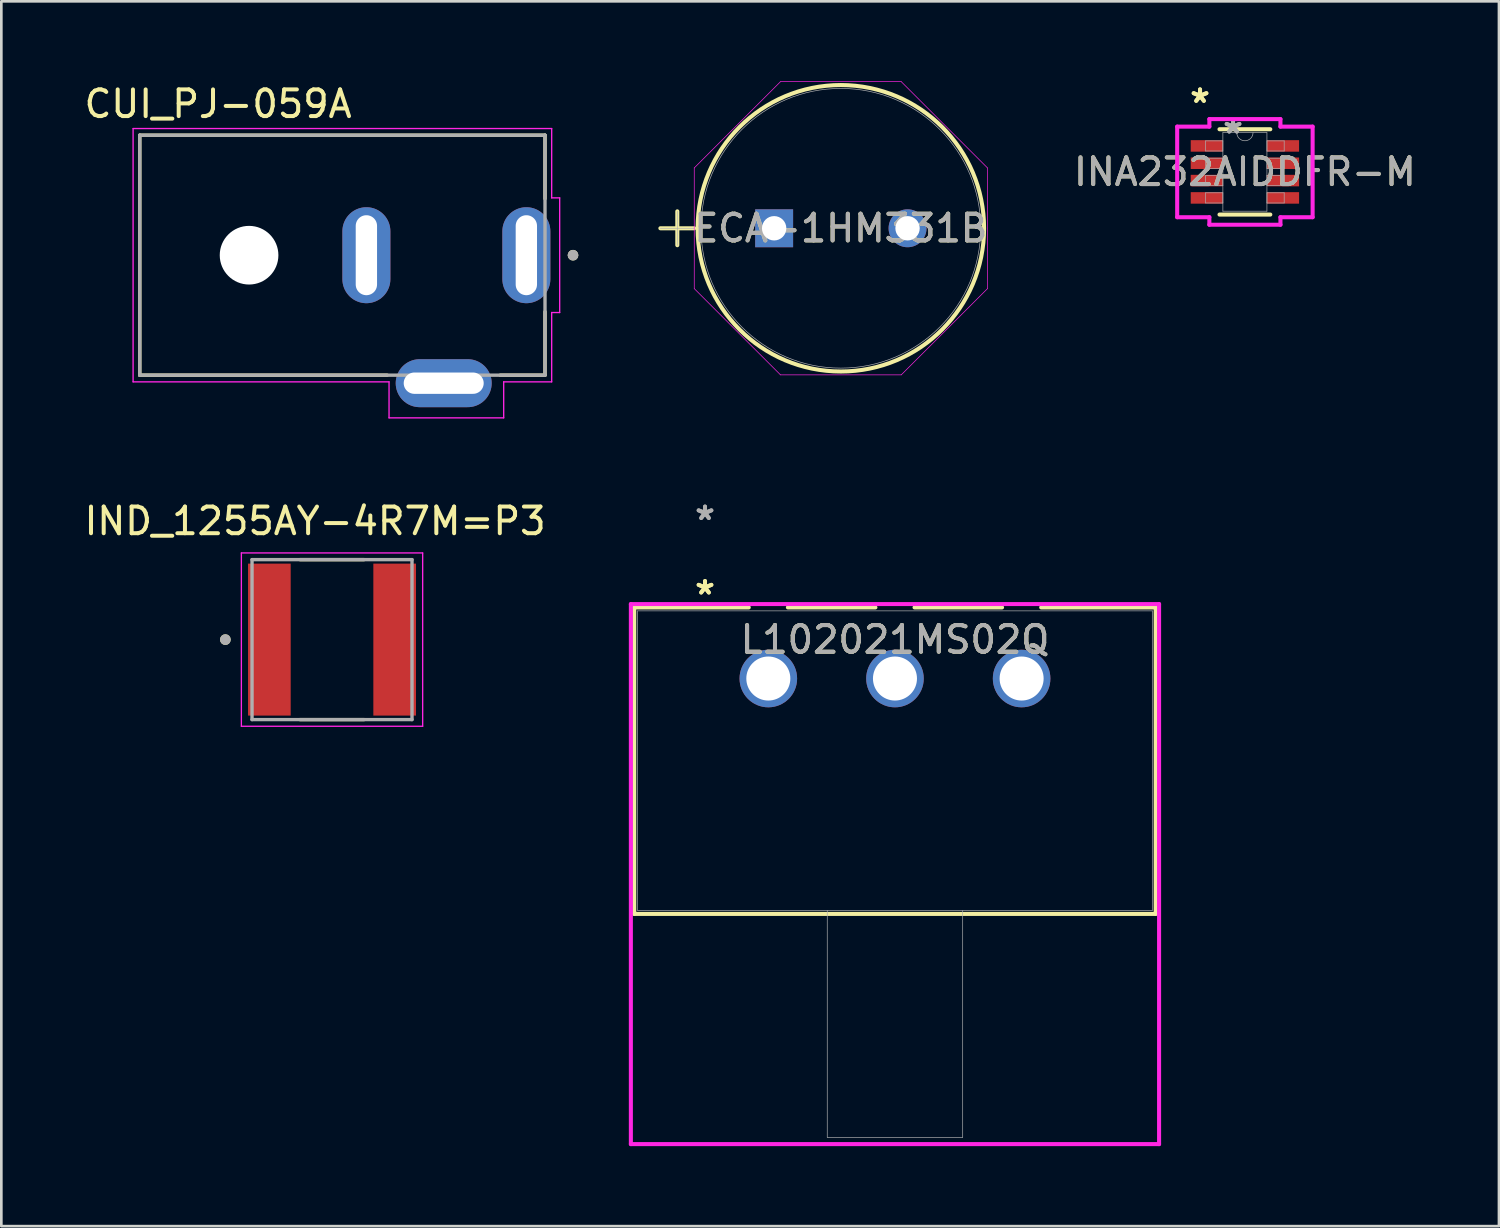
<source format=kicad_pcb>
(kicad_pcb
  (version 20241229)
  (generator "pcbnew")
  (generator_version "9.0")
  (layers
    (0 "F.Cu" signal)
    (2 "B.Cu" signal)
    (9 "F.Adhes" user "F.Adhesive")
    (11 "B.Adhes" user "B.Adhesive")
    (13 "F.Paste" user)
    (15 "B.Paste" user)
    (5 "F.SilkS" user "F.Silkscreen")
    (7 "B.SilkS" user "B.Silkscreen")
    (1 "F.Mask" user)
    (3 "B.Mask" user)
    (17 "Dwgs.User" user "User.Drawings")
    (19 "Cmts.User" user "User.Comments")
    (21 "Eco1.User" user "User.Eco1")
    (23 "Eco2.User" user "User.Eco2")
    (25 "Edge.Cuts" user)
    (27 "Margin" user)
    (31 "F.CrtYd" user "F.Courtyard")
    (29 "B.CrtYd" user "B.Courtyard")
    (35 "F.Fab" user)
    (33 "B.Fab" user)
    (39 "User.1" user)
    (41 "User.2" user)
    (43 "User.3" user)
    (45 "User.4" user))
  (footprint "L102021MS02Q"
    (layer "F.Cu")
    (at 25.768 22.4)
    (property "Reference" "L102021MS02Q" (at 4.75 -1.46 0) (unlocked yes) (layer "F.SilkS") (effects (font (size 1 1) (thickness 0.15))))
    (attr through_hole)
    (fp_line (start -5.029 -2.667) (end -5.029 8.827) (stroke (width 0.152) (type solid)) (layer "F.SilkS"))
    (fp_line (start -5.029 8.827) (end 14.529 8.827) (stroke (width 0.152) (type solid)) (layer "F.SilkS"))
    (fp_line (start -0.734 -2.667) (end -5.029 -2.667) (stroke (width 0.152) (type solid)) (layer "F.SilkS"))
    (fp_line (start 4.016 -2.667) (end 0.734 -2.667) (stroke (width 0.152) (type solid)) (layer "F.SilkS"))
    (fp_line (start 8.766 -2.667) (end 5.484 -2.667) (stroke (width 0.152) (type solid)) (layer "F.SilkS"))
    (fp_line (start 14.529 -2.667) (end 10.234 -2.667) (stroke (width 0.152) (type solid)) (layer "F.SilkS"))
    (fp_line (start 14.529 8.827) (end 14.529 -2.667) (stroke (width 0.152) (type solid)) (layer "F.SilkS"))
    (fp_line (start -5.156 -2.793) (end -5.156 17.463) (stroke (width 0.152) (type solid)) (layer "F.CrtYd"))
    (fp_line (start -5.156 17.463) (end 14.656 17.463) (stroke (width 0.152) (type solid)) (layer "F.CrtYd"))
    (fp_line (start 14.656 -2.793) (end -5.156 -2.793) (stroke (width 0.152) (type solid)) (layer "F.CrtYd"))
    (fp_line (start 14.656 17.463) (end 14.656 -2.793) (stroke (width 0.152) (type solid)) (layer "F.CrtYd"))
    (fp_line (start -4.902 -2.539) (end -4.902 8.7) (stroke (width 0.025) (type solid)) (layer "F.Fab"))
    (fp_line (start -4.902 8.7) (end 14.402 8.7) (stroke (width 0.025) (type solid)) (layer "F.Fab"))
    (fp_line (start 2.21 8.7) (end 2.21 17.209) (stroke (width 0.025) (type solid)) (layer "F.Fab"))
    (fp_line (start 2.21 17.209) (end 7.29 17.209) (stroke (width 0.025) (type solid)) (layer "F.Fab"))
    (fp_line (start 7.29 8.7) (end 7.29 17.209) (stroke (width 0.025) (type solid)) (layer "F.Fab"))
    (fp_line (start 14.402 -2.539) (end -4.902 -2.539) (stroke (width 0.025) (type solid)) (layer "F.Fab"))
    (fp_line (start 14.402 8.7) (end 14.402 -2.539) (stroke (width 0.025) (type solid)) (layer "F.Fab"))
    (fp_text user "*" (at -2.375 -3.111 0) (layer "F.SilkS") (effects (font (size 1 1) (thickness 0.15))))
    (fp_text user "*" (at -2.375 -3.111 0) (unlocked yes) (layer "F.SilkS") (effects (font (size 1 1) (thickness 0.15))))
    (fp_text user "${REFERENCE}" (at 4.75 -1.46 0) (unlocked yes) (layer "F.Fab") (effects (font (size 1 1) (thickness 0.15))))
    (fp_text user "*" (at -2.375 -5.905 0) (layer "F.Fab") (effects (font (size 1 1) (thickness 0.15))))
    (fp_text user "*" (at -2.375 -5.905 0) (unlocked yes) (layer "F.Fab") (effects (font (size 1 1) (thickness 0.15))))
    (pad "1" thru_hole circle (at 0 0) (size 2.159 2.159) (drill 1.651) (layers "*.Cu" "*.Mask"))
    (pad "2" thru_hole circle (at 4.75 0) (size 2.159 2.159) (drill 1.651) (layers "*.Cu" "*.Mask"))
    (pad "3" thru_hole circle (at 9.5 0) (size 2.159 2.159) (drill 1.651) (layers "*.Cu" "*.Mask")))
  (footprint "IND_1255AY-4R7M=P3"
    (layer "F.Cu")
    (at 9.403 20.94)
    (property "Reference" "IND_1255AY-4R7M=P3" (at -0.635 -4.445 0) (layer "F.SilkS") (effects (font (size 1 1) (thickness 0.15))))
    (attr smd)
    (fp_line (start -1.2 -3) (end 1.2 -3) (stroke (width 0.127) (type solid)) (layer "F.SilkS"))
    (fp_line (start -1.2 3) (end 1.2 3) (stroke (width 0.127) (type solid)) (layer "F.SilkS"))
    (fp_circle (center -4 0) (end -3.9 0) (stroke (width 0.2) (type solid)) (fill no) (layer "F.SilkS"))
    (fp_line (start -3.4 -3.25) (end 3.4 -3.25) (stroke (width 0.05) (type solid)) (layer "F.CrtYd"))
    (fp_line (start -3.4 3.25) (end -3.4 -3.25) (stroke (width 0.05) (type solid)) (layer "F.CrtYd"))
    (fp_line (start 3.4 -3.25) (end 3.4 3.25) (stroke (width 0.05) (type solid)) (layer "F.CrtYd"))
    (fp_line (start 3.4 3.25) (end -3.4 3.25) (stroke (width 0.05) (type solid)) (layer "F.CrtYd"))
    (fp_line (start -3 -3) (end 3 -3) (stroke (width 0.127) (type solid)) (layer "F.Fab"))
    (fp_line (start -3 3) (end -3 -3) (stroke (width 0.127) (type solid)) (layer "F.Fab"))
    (fp_line (start 3 -3) (end 3 3) (stroke (width 0.127) (type solid)) (layer "F.Fab"))
    (fp_line (start 3 3) (end -3 3) (stroke (width 0.127) (type solid)) (layer "F.Fab"))
    (fp_circle (center -4 0) (end -3.9 0) (stroke (width 0.2) (type solid)) (fill no) (layer "F.Fab"))
    (pad "1" smd rect (at -2.35 0 90) (size 5.7 1.6) (layers "F.Cu" "F.Mask" "F.Paste"))
    (pad "2" smd rect (at 2.35 0 90) (size 5.7 1.6) (layers "F.Cu" "F.Mask" "F.Paste")))
  (footprint "INA232AIDDFR-M"
    (layer "F.Cu")
    (at 43.643 3.398)
    (property "Reference" "INA232AIDDFR-M" (at 0 0 0) (unlocked yes) (layer "F.SilkS") (effects (font (size 1 1) (thickness 0.15))))
    (attr smd)
    (fp_line (start -0.953 1.6) (end 0.953 1.6) (stroke (width 0.152) (type solid)) (layer "F.SilkS"))
    (fp_line (start 0.953 -1.6) (end -0.953 -1.6) (stroke (width 0.152) (type solid)) (layer "F.SilkS"))
    (fp_line (start -2.54 -1.699) (end -1.333 -1.699) (stroke (width 0.152) (type solid)) (layer "F.CrtYd"))
    (fp_line (start -2.54 1.699) (end -2.54 -1.699) (stroke (width 0.152) (type solid)) (layer "F.CrtYd"))
    (fp_line (start -2.54 1.699) (end -1.333 1.699) (stroke (width 0.152) (type solid)) (layer "F.CrtYd"))
    (fp_line (start -1.333 -1.981) (end 1.333 -1.981) (stroke (width 0.152) (type solid)) (layer "F.CrtYd"))
    (fp_line (start -1.333 -1.699) (end -1.333 -1.981) (stroke (width 0.152) (type solid)) (layer "F.CrtYd"))
    (fp_line (start -1.333 1.981) (end -1.333 1.699) (stroke (width 0.152) (type solid)) (layer "F.CrtYd"))
    (fp_line (start 1.333 -1.981) (end 1.333 -1.699) (stroke (width 0.152) (type solid)) (layer "F.CrtYd"))
    (fp_line (start 1.333 1.699) (end 1.333 1.981) (stroke (width 0.152) (type solid)) (layer "F.CrtYd"))
    (fp_line (start 1.333 1.981) (end -1.333 1.981) (stroke (width 0.152) (type solid)) (layer "F.CrtYd"))
    (fp_line (start 2.54 -1.699) (end 1.333 -1.699) (stroke (width 0.152) (type solid)) (layer "F.CrtYd"))
    (fp_line (start 2.54 -1.699) (end 2.54 1.699) (stroke (width 0.152) (type solid)) (layer "F.CrtYd"))
    (fp_line (start 2.54 1.699) (end 1.333 1.699) (stroke (width 0.152) (type solid)) (layer "F.CrtYd"))
    (fp_line (start -1.473 -1.165) (end -1.473 -0.784) (stroke (width 0.025) (type solid)) (layer "F.Fab"))
    (fp_line (start -1.473 -0.784) (end -0.826 -0.784) (stroke (width 0.025) (type solid)) (layer "F.Fab"))
    (fp_line (start -1.473 -0.515) (end -1.473 -0.134) (stroke (width 0.025) (type solid)) (layer "F.Fab"))
    (fp_line (start -1.473 -0.134) (end -0.826 -0.134) (stroke (width 0.025) (type solid)) (layer "F.Fab"))
    (fp_line (start -1.473 0.134) (end -1.473 0.515) (stroke (width 0.025) (type solid)) (layer "F.Fab"))
    (fp_line (start -1.473 0.515) (end -0.826 0.515) (stroke (width 0.025) (type solid)) (layer "F.Fab"))
    (fp_line (start -1.473 0.784) (end -1.473 1.165) (stroke (width 0.025) (type solid)) (layer "F.Fab"))
    (fp_line (start -1.473 1.165) (end -0.826 1.165) (stroke (width 0.025) (type solid)) (layer "F.Fab"))
    (fp_line (start -0.826 -1.473) (end -0.826 1.473) (stroke (width 0.025) (type solid)) (layer "F.Fab"))
    (fp_line (start -0.826 -1.165) (end -1.473 -1.165) (stroke (width 0.025) (type solid)) (layer "F.Fab"))
    (fp_line (start -0.826 -0.784) (end -0.826 -1.165) (stroke (width 0.025) (type solid)) (layer "F.Fab"))
    (fp_line (start -0.826 -0.515) (end -1.473 -0.515) (stroke (width 0.025) (type solid)) (layer "F.Fab"))
    (fp_line (start -0.826 -0.134) (end -0.826 -0.515) (stroke (width 0.025) (type solid)) (layer "F.Fab"))
    (fp_line (start -0.826 0.134) (end -1.473 0.134) (stroke (width 0.025) (type solid)) (layer "F.Fab"))
    (fp_line (start -0.826 0.515) (end -0.826 0.134) (stroke (width 0.025) (type solid)) (layer "F.Fab"))
    (fp_line (start -0.826 0.784) (end -1.473 0.784) (stroke (width 0.025) (type solid)) (layer "F.Fab"))
    (fp_line (start -0.826 1.165) (end -0.826 0.784) (stroke (width 0.025) (type solid)) (layer "F.Fab"))
    (fp_line (start -0.826 1.473) (end 0.826 1.473) (stroke (width 0.025) (type solid)) (layer "F.Fab"))
    (fp_line (start 0.826 -1.473) (end -0.826 -1.473) (stroke (width 0.025) (type solid)) (layer "F.Fab"))
    (fp_line (start 0.826 -1.165) (end 0.826 -0.784) (stroke (width 0.025) (type solid)) (layer "F.Fab"))
    (fp_line (start 0.826 -0.784) (end 1.473 -0.784) (stroke (width 0.025) (type solid)) (layer "F.Fab"))
    (fp_line (start 0.826 -0.515) (end 0.826 -0.134) (stroke (width 0.025) (type solid)) (layer "F.Fab"))
    (fp_line (start 0.826 -0.134) (end 1.473 -0.134) (stroke (width 0.025) (type solid)) (layer "F.Fab"))
    (fp_line (start 0.826 0.134) (end 0.826 0.515) (stroke (width 0.025) (type solid)) (layer "F.Fab"))
    (fp_line (start 0.826 0.515) (end 1.473 0.515) (stroke (width 0.025) (type solid)) (layer "F.Fab"))
    (fp_line (start 0.826 0.784) (end 0.826 1.165) (stroke (width 0.025) (type solid)) (layer "F.Fab"))
    (fp_line (start 0.826 1.165) (end 1.473 1.165) (stroke (width 0.025) (type solid)) (layer "F.Fab"))
    (fp_line (start 0.826 1.473) (end 0.826 -1.473) (stroke (width 0.025) (type solid)) (layer "F.Fab"))
    (fp_line (start 1.473 -1.165) (end 0.826 -1.165) (stroke (width 0.025) (type solid)) (layer "F.Fab"))
    (fp_line (start 1.473 -0.784) (end 1.473 -1.165) (stroke (width 0.025) (type solid)) (layer "F.Fab"))
    (fp_line (start 1.473 -0.515) (end 0.826 -0.515) (stroke (width 0.025) (type solid)) (layer "F.Fab"))
    (fp_line (start 1.473 -0.134) (end 1.473 -0.515) (stroke (width 0.025) (type solid)) (layer "F.Fab"))
    (fp_line (start 1.473 0.134) (end 0.826 0.134) (stroke (width 0.025) (type solid)) (layer "F.Fab"))
    (fp_line (start 1.473 0.515) (end 1.473 0.134) (stroke (width 0.025) (type solid)) (layer "F.Fab"))
    (fp_line (start 1.473 0.784) (end 0.826 0.784) (stroke (width 0.025) (type solid)) (layer "F.Fab"))
    (fp_line (start 1.473 1.165) (end 1.473 0.784) (stroke (width 0.025) (type solid)) (layer "F.Fab"))
    (fp_arc (start 0.3048 -1.4732) (mid 0 -1.1684) (end -0.3048 -1.4732) (stroke (width 0.0254) (type solid)) (layer "F.Fab"))
    (fp_text user "*" (at -1.683 -2.55 0) (unlocked yes) (layer "F.SilkS") (effects (font (size 1 1) (thickness 0.15))))
    (fp_text user "*" (at -1.683 -2.55 0) (layer "F.SilkS") (effects (font (size 1 1) (thickness 0.15))))
    (fp_text user "${REFERENCE}" (at 0 0 0) (unlocked yes) (layer "F.Fab") (effects (font (size 1 1) (thickness 0.15))))
    (fp_text user "*" (at -0.445 -1.397 0) (unlocked yes) (layer "F.Fab") (effects (font (size 1 1) (thickness 0.15))))
    (fp_text user "*" (at -0.445 -1.397 0) (layer "F.Fab") (effects (font (size 1 1) (thickness 0.15))))
    (pad "1" smd rect (at -1.429 -0.975) (size 1.206 0.432) (layers "F.Cu" "F.Mask" "F.Paste"))
    (pad "2" smd rect (at -1.429 -0.325) (size 1.206 0.432) (layers "F.Cu" "F.Mask" "F.Paste"))
    (pad "3" smd rect (at -1.429 0.325) (size 1.206 0.432) (layers "F.Cu" "F.Mask" "F.Paste"))
    (pad "4" smd rect (at -1.429 0.975) (size 1.206 0.432) (layers "F.Cu" "F.Mask" "F.Paste"))
    (pad "5" smd rect (at 1.429 0.975) (size 1.206 0.432) (layers "F.Cu" "F.Mask" "F.Paste"))
    (pad "6" smd rect (at 1.429 0.325) (size 1.206 0.432) (layers "F.Cu" "F.Mask" "F.Paste"))
    (pad "7" smd rect (at 1.429 -0.325) (size 1.206 0.432) (layers "F.Cu" "F.Mask" "F.Paste"))
    (pad "8" smd rect (at 1.429 -0.975) (size 1.206 0.432) (layers "F.Cu" "F.Mask" "F.Paste")))
  (footprint "ECA-1HM331B"
    (layer "F.Cu")
    (at 25.986 5.512)
    (property "Reference" "ECA-1HM331B" (at 2.502 0 0) (unlocked yes) (layer "F.SilkS") (effects (font (size 1 1) (thickness 0.15))))
    (attr through_hole)
    (fp_line (start -4.267 0) (end -2.997 0) (stroke (width 0.152) (type solid)) (layer "F.SilkS"))
    (fp_line (start -3.632 -0.635) (end -3.632 0.635) (stroke (width 0.152) (type solid)) (layer "F.SilkS"))
    (fp_circle (center 2.502 0) (end 7.874 0) (stroke (width 0.152) (type solid)) (fill no) (layer "F.SilkS"))
    (fp_line (start -2.997 -2.264) (end 0.238 -5.499) (stroke (width 0.025) (type solid)) (layer "F.CrtYd"))
    (fp_line (start -2.997 2.264) (end -2.997 -2.264) (stroke (width 0.025) (type solid)) (layer "F.CrtYd"))
    (fp_line (start 0.238 -5.499) (end 4.766 -5.499) (stroke (width 0.025) (type solid)) (layer "F.CrtYd"))
    (fp_line (start 0.238 5.499) (end -2.997 2.264) (stroke (width 0.025) (type solid)) (layer "F.CrtYd"))
    (fp_line (start 4.766 -5.499) (end 8.001 -2.264) (stroke (width 0.025) (type solid)) (layer "F.CrtYd"))
    (fp_line (start 4.766 5.499) (end 0.238 5.499) (stroke (width 0.025) (type solid)) (layer "F.CrtYd"))
    (fp_line (start 8.001 -2.264) (end 8.001 2.264) (stroke (width 0.025) (type solid)) (layer "F.CrtYd"))
    (fp_line (start 8.001 2.264) (end 4.766 5.499) (stroke (width 0.025) (type solid)) (layer "F.CrtYd"))
    (fp_line (start -4.267 0) (end -2.997 0) (stroke (width 0.025) (type solid)) (layer "F.Fab"))
    (fp_line (start -3.632 -0.635) (end -3.632 0.635) (stroke (width 0.025) (type solid)) (layer "F.Fab"))
    (fp_circle (center 2.502 0) (end 7.747 0) (stroke (width 0.025) (type solid)) (fill no) (layer "F.Fab"))
    (fp_text user "${REFERENCE}" (at 2.502 0 0) (unlocked yes) (layer "F.Fab") (effects (font (size 1 1) (thickness 0.15))))
    (pad "1" thru_hole rect (at 0 0) (size 1.422 1.422) (drill 0.914) (layers "*.Cu" "*.Mask"))
    (pad "2" thru_hole circle (at 5.004 0) (size 1.422 1.422) (drill 0.914) (layers "*.Cu" "*.Mask")))
  (footprint "CUI_PJ-059A"
    (layer "F.Cu")
    (at 16.692 6.522)
    (property "Reference" "CUI_PJ-059A" (at -11.562 -5.673 0) (layer "F.SilkS") (effects (font (size 1.001 1.001) (thickness 0.15))))
    (attr through_hole)
    (fp_line (start -14.5 -4.5) (end 0.7 -4.5) (stroke (width 0.127) (type solid)) (layer "F.SilkS"))
    (fp_line (start -14.5 4.5) (end -14.5 -4.5) (stroke (width 0.127) (type solid)) (layer "F.SilkS"))
    (fp_line (start -5.22 4.5) (end -14.5 4.5) (stroke (width 0.127) (type solid)) (layer "F.SilkS"))
    (fp_line (start 0.7 -4.5) (end 0.7 -2.12) (stroke (width 0.127) (type solid)) (layer "F.SilkS"))
    (fp_line (start 0.7 2.12) (end 0.7 4.5) (stroke (width 0.127) (type solid)) (layer "F.SilkS"))
    (fp_line (start 0.7 4.5) (end -0.98 4.5) (stroke (width 0.127) (type solid)) (layer "F.SilkS"))
    (fp_circle (center 1.75 0) (end 1.85 0) (stroke (width 0.2) (type solid)) (fill no) (layer "F.SilkS"))
    (fp_line (start -14.75 -4.75) (end 0.95 -4.75) (stroke (width 0.05) (type solid)) (layer "F.CrtYd"))
    (fp_line (start -14.75 4.75) (end -14.75 -4.75) (stroke (width 0.05) (type solid)) (layer "F.CrtYd"))
    (fp_line (start -5.15 4.75) (end -14.75 4.75) (stroke (width 0.05) (type solid)) (layer "F.CrtYd"))
    (fp_line (start -5.15 6.1) (end -5.15 4.75) (stroke (width 0.05) (type solid)) (layer "F.CrtYd"))
    (fp_line (start -0.85 4.75) (end -0.85 6.1) (stroke (width 0.05) (type solid)) (layer "F.CrtYd"))
    (fp_line (start -0.85 6.1) (end -5.15 6.1) (stroke (width 0.05) (type solid)) (layer "F.CrtYd"))
    (fp_line (start 0.95 -4.75) (end 0.95 -2.15) (stroke (width 0.05) (type solid)) (layer "F.CrtYd"))
    (fp_line (start 0.95 2.15) (end 0.95 4.75) (stroke (width 0.05) (type solid)) (layer "F.CrtYd"))
    (fp_line (start 0.95 2.15) (end 1.25 2.15) (stroke (width 0.05) (type solid)) (layer "F.CrtYd"))
    (fp_line (start 0.95 4.75) (end -0.85 4.75) (stroke (width 0.05) (type solid)) (layer "F.CrtYd"))
    (fp_line (start 1.25 -2.15) (end 0.95 -2.15) (stroke (width 0.05) (type solid)) (layer "F.CrtYd"))
    (fp_line (start 1.25 2.15) (end 1.25 -2.15) (stroke (width 0.05) (type solid)) (layer "F.CrtYd"))
    (fp_line (start -14.5 -4.5) (end 0.7 -4.5) (stroke (width 0.127) (type solid)) (layer "F.Fab"))
    (fp_line (start -14.5 4.5) (end -14.5 -4.5) (stroke (width 0.127) (type solid)) (layer "F.Fab"))
    (fp_line (start 0.7 -4.5) (end 0.7 4.5) (stroke (width 0.127) (type solid)) (layer "F.Fab"))
    (fp_line (start 0.7 4.5) (end -14.5 4.5) (stroke (width 0.127) (type solid)) (layer "F.Fab"))
    (fp_circle (center 1.75 0) (end 1.85 0) (stroke (width 0.2) (type solid)) (fill no) (layer "F.Fab"))
    (pad "" np_thru_hole circle (at -10.4 0) (size 2.2 2.2) (drill 2.2) (layers "*.Cu" "*.Mask"))
    (pad "1" thru_hole oval (at 0 0) (size 1.8 3.6) (drill oval 0.8 3) (layers "*.Cu" "*.Mask"))
    (pad "2" thru_hole oval (at -6 0) (size 1.8 3.6) (drill oval 0.8 3) (layers "*.Cu" "*.Mask"))
    (pad "3" thru_hole oval (at -3.1 4.8) (size 3.6 1.8) (drill oval 3 0.8) (layers "*.Cu" "*.Mask")))
  (gr_rect
    (start -3 -3)
    (end 53.172 42.939)
    (stroke (width 0.1) (type default))
    (fill no)
    (layer "Edge.Cuts")))
</source>
